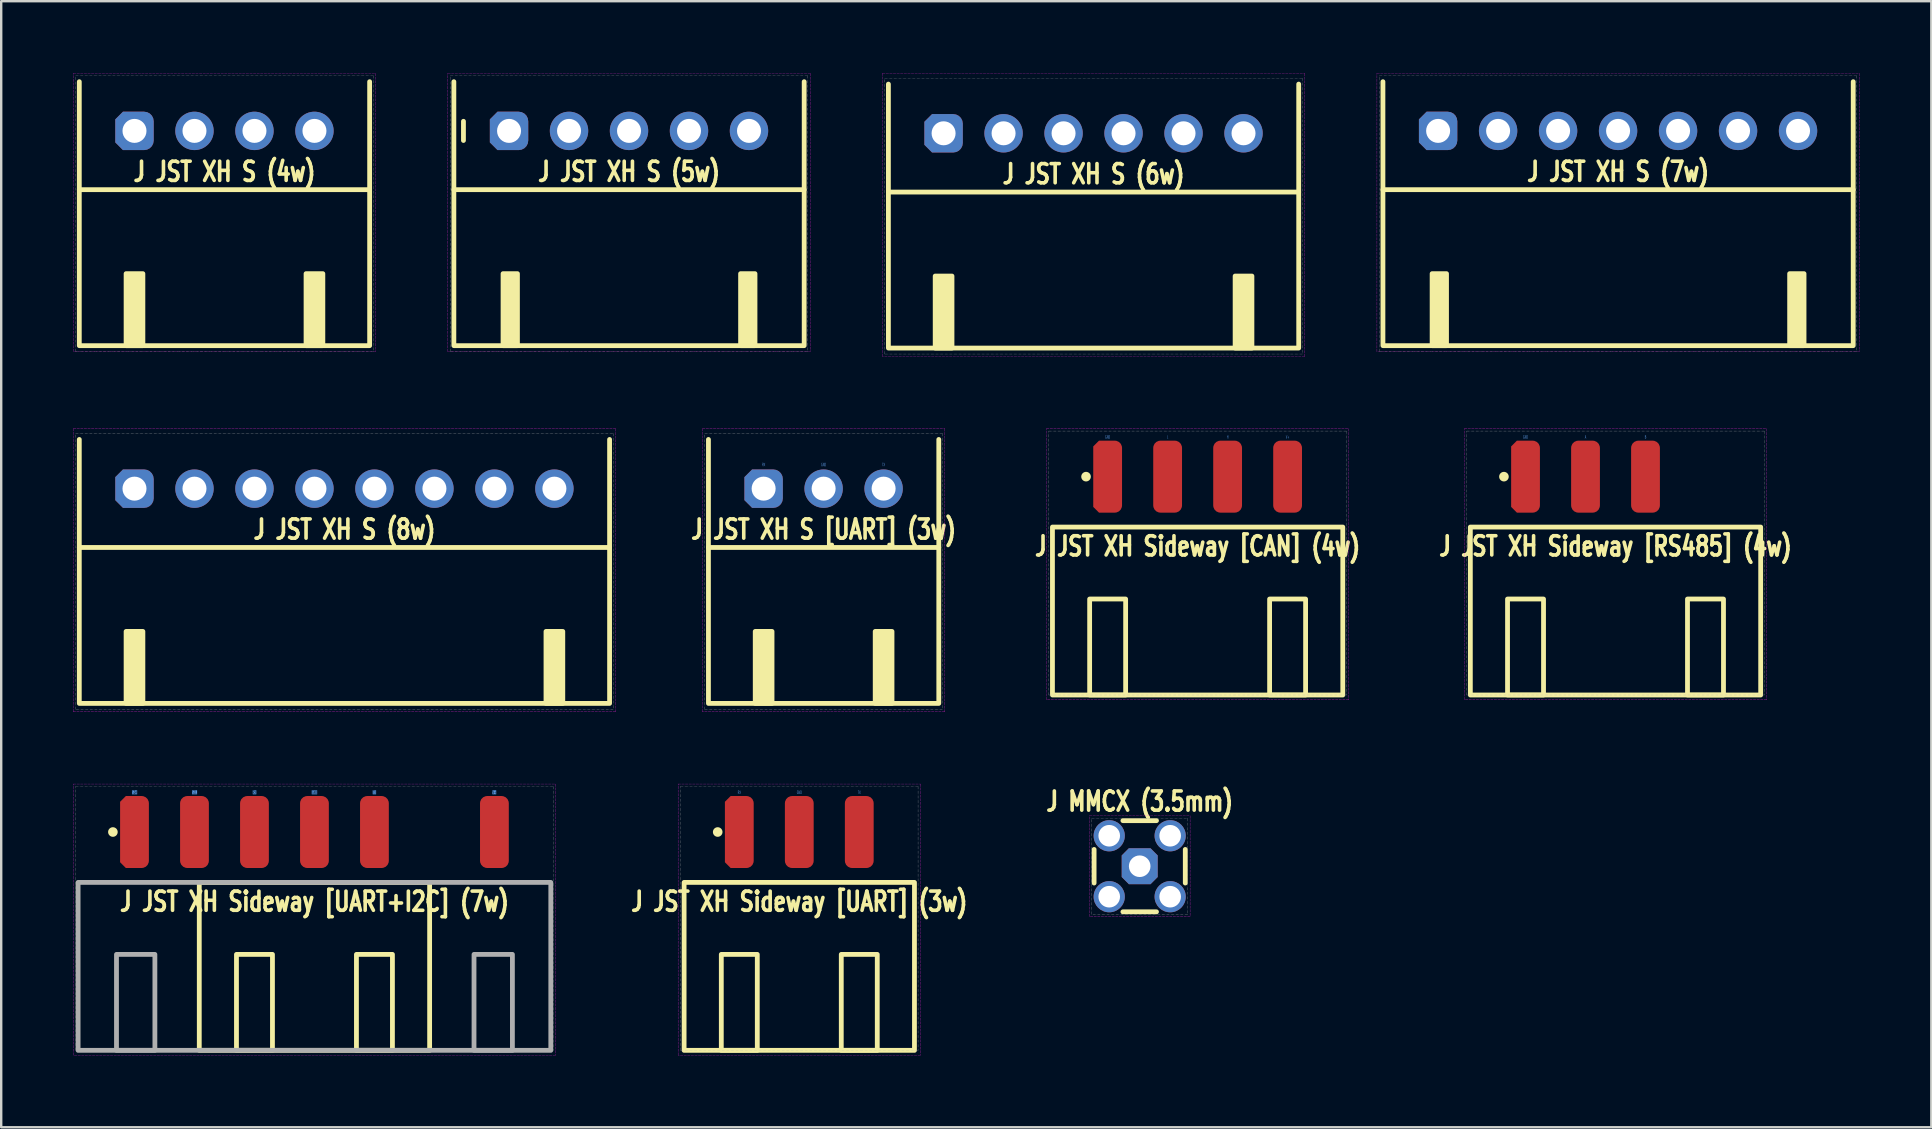
<source format=kicad_pcb>
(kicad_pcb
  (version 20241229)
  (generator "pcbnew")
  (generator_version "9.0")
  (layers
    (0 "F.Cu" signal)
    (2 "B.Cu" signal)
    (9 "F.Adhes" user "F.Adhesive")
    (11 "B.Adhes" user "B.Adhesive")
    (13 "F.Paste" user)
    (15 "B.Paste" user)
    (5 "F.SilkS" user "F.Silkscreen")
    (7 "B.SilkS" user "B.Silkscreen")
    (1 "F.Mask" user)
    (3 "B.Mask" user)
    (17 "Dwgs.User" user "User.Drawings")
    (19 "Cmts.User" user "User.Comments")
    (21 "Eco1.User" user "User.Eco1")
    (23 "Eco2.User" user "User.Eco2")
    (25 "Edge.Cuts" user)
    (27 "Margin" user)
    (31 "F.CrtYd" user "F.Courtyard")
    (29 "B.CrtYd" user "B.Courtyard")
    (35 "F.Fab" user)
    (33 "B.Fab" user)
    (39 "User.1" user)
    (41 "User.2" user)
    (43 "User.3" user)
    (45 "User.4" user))
  (footprint "J JST XH S (8w)"
    (layer "F.Cu")
    (at 11.305 17.315)
    (property "Reference" "J JST XH S (8w)" (at 0 1.7 0) (unlocked yes) (layer "F.SilkS") (effects (font (size 0.8 0.6) (thickness 0.15) (bold yes))))
    (attr through_hole)
    (fp_line (start -11.05 -2.05) (end -11.05 2.45) (stroke (width 0.2) (type default)) (layer "F.SilkS"))
    (fp_line (start 11.05 -2.05) (end 11.05 2.45) (stroke (width 0.2) (type default)) (layer "F.SilkS"))
    (fp_rect (start -11.05 2.45) (end 11.05 8.95) (stroke (width 0.2) (type default)) (fill no) (layer "F.SilkS"))
    (fp_rect (start -9.1 5.95) (end -8.4 8.95) (stroke (width 0.2) (type solid)) (fill yes) (layer "F.SilkS"))
    (fp_rect (start 9.1 5.95) (end 8.4 8.95) (stroke (width 0.2) (type solid)) (fill yes) (layer "F.SilkS"))
    (fp_rect (start -11.3 -2.5) (end 11.3 9.3) (stroke (width 0.01) (type dash)) (fill no) (layer "F.CrtYd"))
    (fp_rect (start -11.2 -2.3) (end 11.2 9.2) (stroke (width 0.01) (type dash_dot)) (fill no) (layer "F.Fab"))
    (pad "1" thru_hole roundrect (at -8.75 0) (size 1.6 1.6) (drill 1) (layers "*.Cu" "B.Mask") (roundrect_rratio 0.25) (chamfer_ratio 0.2) (chamfer top_left bottom_left))
    (pad "2" thru_hole circle (at -6.25 0) (size 1.6 1.6) (drill 1) (layers "*.Cu" "B.Mask"))
    (pad "3" thru_hole circle (at -3.75 0) (size 1.6 1.6) (drill 1) (layers "*.Cu" "B.Mask"))
    (pad "4" thru_hole circle (at -1.25 0) (size 1.6 1.6) (drill 1) (layers "*.Cu" "B.Mask"))
    (pad "5" thru_hole circle (at 1.25 0) (size 1.6 1.6) (drill 1) (layers "*.Cu" "B.Mask"))
    (pad "6" thru_hole circle (at 3.75 0) (size 1.6 1.6) (drill 1) (layers "*.Cu" "B.Mask"))
    (pad "7" thru_hole circle (at 6.25 0) (size 1.6 1.6) (drill 1) (layers "*.Cu" "B.Mask"))
    (pad "8" thru_hole circle (at 8.75 0) (size 1.6 1.6) (drill 1) (layers "*.Cu" "B.Mask")))
  (footprint "J MMCX (3.5mm)"
    (layer "F.Cu")
    (at 44.448 33.051)
    (property "Reference" "J MMCX (3.5mm)" (at 0 -2.7 0) (unlocked yes) (layer "F.SilkS") (effects (font (size 0.8 0.6) (thickness 0.15))))
    (attr through_hole)
    (fp_line (start -1.9 -0.7) (end -1.9 0.7) (stroke (width 0.2) (type default)) (layer "F.SilkS"))
    (fp_line (start -0.7 -1.9) (end 0.7 -1.9) (stroke (width 0.2) (type default)) (layer "F.SilkS"))
    (fp_line (start -0.7 1.9) (end 0.7 1.9) (stroke (width 0.2) (type default)) (layer "F.SilkS"))
    (fp_line (start 1.9 -0.7) (end 1.9 0.7) (stroke (width 0.2) (type default)) (layer "F.SilkS"))
    (fp_rect (start -2.1 -2.1) (end 2.1 2.1) (stroke (width 0.01) (type dash)) (fill no) (layer "F.CrtYd"))
    (fp_rect (start -2 -2) (end 2 2) (stroke (width 0.01) (type dash_dot)) (fill no) (layer "F.Fab"))
    (pad "1" thru_hole roundrect (at 0 0) (size 1.5 1.5) (drill 0.9) (property pad_prop_testpoint) (layers "*.Cu" "*.Mask") (roundrect_rratio 0.25) (chamfer_ratio 0.2) (chamfer top_left top_right bottom_left bottom_right))
    (pad "2" thru_hole circle (at -1.27 -1.27) (size 1.3 1.3) (drill 0.9) (property pad_prop_testpoint) (layers "*.Cu" "*.Mask"))
    (pad "2" thru_hole circle (at -1.27 1.27) (size 1.3 1.3) (drill 0.9) (property pad_prop_testpoint) (layers "*.Cu" "*.Mask"))
    (pad "2" thru_hole circle (at 1.27 -1.27) (size 1.3 1.3) (drill 0.9) (property pad_prop_testpoint) (layers "*.Cu" "*.Mask"))
    (pad "2" thru_hole circle (at 1.27 1.27) (size 1.3 1.3) (drill 0.9) (property pad_prop_testpoint) (layers "*.Cu" "*.Mask")))
  (footprint "J JST XH Sideway [RS485] (4w)"
    (layer "F.Cu")
    (at 64.278 16.815)
    (property "Reference" "J JST XH Sideway [RS485] (4w)" (at 0 2.9 0) (unlocked yes) (layer "F.SilkS") (effects (font (size 0.8 0.6) (thickness 0.15) (bold yes))))
    (attr through_hole)
    (fp_rect (start -6.05 2.1) (end 6.05 9.1) (stroke (width 0.2) (type default)) (fill no) (layer "F.SilkS"))
    (fp_rect (start -4.5 5.1) (end -3 9.1) (stroke (width 0.2) (type default)) (fill no) (layer "F.SilkS"))
    (fp_rect (start 4.5 5.1) (end 3 9.1) (stroke (width 0.2) (type default)) (fill no) (layer "F.SilkS"))
    (fp_circle (center -4.65 0) (end -4.5 0) (stroke (width 0.1) (type solid)) (fill yes) (layer "F.SilkS"))
    (fp_rect (start -6.3 -2) (end 6.3 9.3) (stroke (width 0.01) (type dash)) (fill no) (layer "F.CrtYd"))
    (fp_rect (start -6.2 -1.9) (end 6.2 9.1) (stroke (width 0.01) (type dash_dot)) (fill no) (layer "F.Fab"))
    (fp_text user "GND" (at -3.75 -1.65 0) (layer "Cmts.User") (effects (font (size 0.13 0.07) (thickness 0.01) (bold yes))))
    (fp_text user "B" (at 1.25 -1.65 0) (layer "Cmts.User") (effects (font (size 0.13 0.07) (thickness 0.01) (bold yes))))
    (fp_text user "A" (at -1.25 -1.65 0) (layer "Cmts.User") (effects (font (size 0.13 0.07) (thickness 0.01) (bold yes))))
    (pad "1" smd roundrect (at -3.75 0) (size 1.2 3) (layers "F.Cu" "F.Mask" "F.Paste") (roundrect_rratio 0.25) (chamfer_ratio 0.2) (chamfer top_left bottom_left))
    (pad "2" smd roundrect (at -1.25 0) (size 1.2 3) (layers "F.Cu" "F.Mask" "F.Paste") (roundrect_rratio 0.25))
    (pad "3" smd roundrect (at 1.25 0) (size 1.2 3) (layers "F.Cu" "F.Mask" "F.Paste") (roundrect_rratio 0.25)))
  (footprint "J JST XH S [UART] (3w)"
    (layer "F.Cu")
    (at 31.275 17.315)
    (property "Reference" "J JST XH S [UART] (3w)" (at 0 1.7 0) (unlocked yes) (layer "F.SilkS") (effects (font (size 0.8 0.6) (thickness 0.15) (bold yes))))
    (attr through_hole)
    (fp_line (start -4.8 -2.05) (end -4.8 2.45) (stroke (width 0.2) (type default)) (layer "F.SilkS"))
    (fp_line (start 4.8 -2.05) (end 4.8 2.45) (stroke (width 0.2) (type default)) (layer "F.SilkS"))
    (fp_rect (start -4.8 2.45) (end 4.8 8.95) (stroke (width 0.2) (type default)) (fill no) (layer "F.SilkS"))
    (fp_rect (start -2.85 5.95) (end -2.15 8.95) (stroke (width 0.2) (type solid)) (fill yes) (layer "F.SilkS"))
    (fp_rect (start 2.85 5.95) (end 2.15 8.95) (stroke (width 0.2) (type solid)) (fill yes) (layer "F.SilkS"))
    (fp_rect (start -5.05 -2.5) (end 5.05 9.3) (stroke (width 0.01) (type dash)) (fill no) (layer "F.CrtYd"))
    (fp_rect (start -4.95 -2.3) (end 4.95 9.2) (stroke (width 0.01) (type dash_dot)) (fill no) (layer "F.Fab"))
    (fp_text user "GND" (at 0 -1 0) (layer "Cmts.User") (effects (font (size 0.13 0.07) (thickness 0.01) (bold yes))))
    (fp_text user "TX" (at 2.5 -1 0) (layer "Cmts.User") (effects (font (size 0.13 0.07) (thickness 0.01) (bold yes))))
    (fp_text user "RX" (at -2.5 -1 0) (layer "Cmts.User") (effects (font (size 0.13 0.07) (thickness 0.01) (bold yes))))
    (pad "1" thru_hole roundrect (at -2.5 0) (size 1.6 1.6) (drill 1) (layers "*.Cu" "B.Mask") (roundrect_rratio 0.25) (chamfer_ratio 0.2) (chamfer top_left bottom_left))
    (pad "2" thru_hole circle (at 0 0) (size 1.6 1.6) (drill 1) (layers "*.Cu" "B.Mask"))
    (pad "3" thru_hole circle (at 2.5 0) (size 1.6 1.6) (drill 1) (layers "*.Cu" "B.Mask")))
  (footprint "J JST XH S (5w)"
    (layer "F.Cu")
    (at 23.165 2.405)
    (property "Reference" "J JST XH S (5w)" (at 0 1.7 0) (layer "F.SilkS") (effects (font (size 0.8 0.6) (thickness 0.15) (bold yes))))
    (attr through_hole)
    (fp_line (start -7.3 -2.05) (end -7.3 2.45) (stroke (width 0.2) (type default)) (layer "F.SilkS"))
    (fp_line (start -6.9 -0.4) (end -6.9 0.4) (stroke (width 0.2) (type default)) (layer "F.SilkS"))
    (fp_line (start 7.3 -2.05) (end 7.3 2.45) (stroke (width 0.2) (type default)) (layer "F.SilkS"))
    (fp_rect (start -7.3 2.45) (end 7.3 8.95) (stroke (width 0.2) (type default)) (fill no) (layer "F.SilkS"))
    (fp_rect (start -5.25 5.95) (end -4.65 8.95) (stroke (width 0.2) (type solid)) (fill yes) (layer "F.SilkS"))
    (fp_rect (start 5.25 5.95) (end 4.65 8.95) (stroke (width 0.2) (type solid)) (fill yes) (layer "F.SilkS"))
    (fp_rect (start -7.55 -2.4) (end 7.55 9.2) (stroke (width 0.01) (type dash)) (fill no) (layer "F.CrtYd"))
    (fp_rect (start -7.45 -2.3) (end 7.45 9.2) (stroke (width 0.01) (type dash_dot)) (fill no) (layer "F.Fab"))
    (pad "1" thru_hole roundrect (at -5 0) (size 1.6 1.6) (drill 1) (layers "*.Cu" "*.Mask") (roundrect_rratio 0.25) (chamfer_ratio 0.2) (chamfer top_left bottom_left))
    (pad "2" thru_hole circle (at -2.5 0) (size 1.6 1.6) (drill 1) (layers "*.Cu" "*.Mask"))
    (pad "3" thru_hole circle (at 0 0) (size 1.6 1.6) (drill 1) (layers "*.Cu" "*.Mask"))
    (pad "4" thru_hole circle (at 2.5 0) (size 1.6 1.6) (drill 1) (layers "*.Cu" "*.Mask"))
    (pad "5" thru_hole circle (at 5 0) (size 1.6 1.6) (drill 1) (layers "*.Cu" "*.Mask")))
  (footprint "J JST XH Sideway [UART] (3w)"
    (layer "F.Cu")
    (at 30.261 31.625)
    (property "Reference" "J JST XH Sideway [UART] (3w)" (at 0 2.9 0) (unlocked yes) (layer "F.SilkS") (effects (font (size 0.8 0.6) (thickness 0.15) (bold yes))))
    (attr through_hole)
    (fp_rect (start -4.8 2.1) (end 4.8 9.1) (stroke (width 0.2) (type default)) (fill no) (layer "F.SilkS"))
    (fp_rect (start -3.25 5.1) (end -1.75 9.1) (stroke (width 0.2) (type default)) (fill no) (layer "F.SilkS"))
    (fp_rect (start 3.25 5.1) (end 1.75 9.1) (stroke (width 0.2) (type default)) (fill no) (layer "F.SilkS"))
    (fp_circle (center -3.4 0) (end -3.25 0) (stroke (width 0.1) (type solid)) (fill yes) (layer "F.SilkS"))
    (fp_rect (start -5.05 -2) (end 5.05 9.3) (stroke (width 0.01) (type dash)) (fill no) (layer "F.CrtYd"))
    (fp_rect (start -4.95 -1.9) (end 4.95 9.1) (stroke (width 0.01) (type dash_dot)) (fill no) (layer "F.Fab"))
    (fp_text user "GND" (at 0 -1.65 0) (layer "Cmts.User") (effects (font (size 0.13 0.07) (thickness 0.01) (bold yes))))
    (fp_text user "RX" (at -2.5 -1.65 0) (layer "Cmts.User") (effects (font (size 0.13 0.07) (thickness 0.01) (bold yes))))
    (fp_text user "TX" (at 2.5 -1.65 0) (layer "Cmts.User") (effects (font (size 0.13 0.07) (thickness 0.01) (bold yes))))
    (pad "1" smd roundrect (at -2.5 0) (size 1.2 3) (layers "F.Cu" "F.Mask" "F.Paste") (roundrect_rratio 0.25) (chamfer_ratio 0.2) (chamfer top_left bottom_left))
    (pad "2" smd roundrect (at 0 0) (size 1.2 3) (layers "F.Cu" "F.Mask" "F.Paste") (roundrect_rratio 0.25))
    (pad "3" smd roundrect (at 2.5 0) (size 1.2 3) (layers "F.Cu" "F.Mask" "F.Paste") (roundrect_rratio 0.25)))
  (footprint "J JST XH S (6w)"
    (layer "F.Cu")
    (at 42.525 2.505)
    (property "Reference" "J JST XH S (6w)" (at 0 1.7 0) (unlocked yes) (layer "F.SilkS") (effects (font (size 0.8 0.6) (thickness 0.15) (bold yes))))
    (attr through_hole)
    (fp_line (start -8.55 -2.05) (end -8.55 2.45) (stroke (width 0.2) (type default)) (layer "F.SilkS"))
    (fp_line (start 8.55 -2.05) (end 8.55 2.45) (stroke (width 0.2) (type default)) (layer "F.SilkS"))
    (fp_rect (start -8.55 2.45) (end 8.55 8.95) (stroke (width 0.2) (type default)) (fill no) (layer "F.SilkS"))
    (fp_rect (start -6.6 5.95) (end -5.9 8.95) (stroke (width 0.2) (type solid)) (fill yes) (layer "F.SilkS"))
    (fp_rect (start 6.6 5.95) (end 5.9 8.95) (stroke (width 0.2) (type solid)) (fill yes) (layer "F.SilkS"))
    (fp_rect (start -8.8 -2.5) (end 8.8 9.3) (stroke (width 0.01) (type dash)) (fill no) (layer "F.CrtYd"))
    (fp_rect (start -8.7 -2.3) (end 8.7 9.2) (stroke (width 0.01) (type dash_dot)) (fill no) (layer "F.Fab"))
    (pad "1" thru_hole roundrect (at -6.25 0) (size 1.6 1.6) (drill 1) (layers "*.Cu" "B.Mask") (roundrect_rratio 0.25) (chamfer_ratio 0.2) (chamfer top_left bottom_left))
    (pad "2" thru_hole circle (at -3.75 0) (size 1.6 1.6) (drill 1) (layers "*.Cu" "B.Mask"))
    (pad "3" thru_hole circle (at -1.25 0) (size 1.6 1.6) (drill 1) (layers "*.Cu" "B.Mask"))
    (pad "4" thru_hole circle (at 1.25 0) (size 1.6 1.6) (drill 1) (layers "*.Cu" "B.Mask"))
    (pad "5" thru_hole circle (at 3.75 0) (size 1.6 1.6) (drill 1) (layers "*.Cu" "B.Mask"))
    (pad "6" thru_hole circle (at 6.25 0) (size 1.6 1.6) (drill 1) (layers "*.Cu" "B.Mask")))
  (footprint "J JST XH Sideway [UART+I2C] (7w)"
    (layer "F.Cu")
    (at 10.055 31.625)
    (property "Reference" "J JST XH Sideway [UART+I2C] (7w)" (at 0 2.9 0) (layer "F.SilkS") (effects (font (size 0.8 0.6) (thickness 0.15) (bold yes))))
    (attr through_hole)
    (fp_rect (start -4.8 2.1) (end 4.8 9.1) (stroke (width 0.2) (type default)) (fill no) (layer "F.SilkS"))
    (fp_rect (start -3.25 5.1) (end -1.75 9.1) (stroke (width 0.2) (type default)) (fill no) (layer "F.SilkS"))
    (fp_rect (start 3.25 5.1) (end 1.75 9.1) (stroke (width 0.2) (type default)) (fill no) (layer "F.SilkS"))
    (fp_circle (center -8.4 0) (end -8.25 0) (stroke (width 0.1) (type solid)) (fill yes) (layer "F.SilkS"))
    (fp_rect (start -10.05 -2) (end 10.05 9.3) (stroke (width 0.01) (type dash)) (fill no) (layer "F.CrtYd"))
    (fp_rect (start -9.95 -1.9) (end 9.95 9.1) (stroke (width 0.01) (type dash_dot)) (fill no) (layer "F.Fab"))
    (fp_rect (start -9.85 2.1) (end 9.85 9.1) (stroke (width 0.2) (type default)) (fill no) (layer "F.Fab"))
    (fp_rect (start -8.25 5.1) (end -6.65 9.1) (stroke (width 0.2) (type default)) (fill no) (layer "F.Fab"))
    (fp_rect (start 8.25 5.1) (end 6.65 9.1) (stroke (width 0.2) (type default)) (fill no) (layer "F.Fab"))
    (fp_text user "V+" (at 7.5 -1.65 0) (layer "Cmts.User" knockout) (effects (font (size 0.13 0.07) (thickness 0.01) (bold yes))))
    (fp_text user "TX" (at 2.5 -1.65 0) (layer "Cmts.User" knockout) (effects (font (size 0.13 0.07) (thickness 0.01) (bold yes))))
    (fp_text user "GND" (at 0 -1.65 0) (layer "Cmts.User" knockout) (effects (font (size 0.13 0.07) (thickness 0.01) (bold yes))))
    (fp_text user "SDA" (at -7.5 -1.65 0) (layer "Cmts.User" knockout) (effects (font (size 0.13 0.07) (thickness 0.01) (bold yes))))
    (fp_text user "RX" (at -2.5 -1.65 0) (layer "Cmts.User" knockout) (effects (font (size 0.13 0.07) (thickness 0.01) (bold yes))))
    (fp_text user "SCL" (at -5 -1.65 0) (layer "Cmts.User" knockout) (effects (font (size 0.13 0.07) (thickness 0.01) (bold yes))))
    (pad "1" smd roundrect (at -7.5 0) (size 1.2 3) (layers "F.Cu" "F.Mask" "F.Paste") (roundrect_rratio 0.25) (chamfer_ratio 0.2) (chamfer top_left bottom_left))
    (pad "2" smd roundrect (at -5 0) (size 1.2 3) (layers "F.Cu" "F.Mask" "F.Paste") (roundrect_rratio 0.25))
    (pad "3" smd roundrect (at -2.5 0) (size 1.2 3) (layers "F.Cu" "F.Mask" "F.Paste") (roundrect_rratio 0.25))
    (pad "4" smd roundrect (at 0 0) (size 1.2 3) (layers "F.Cu" "F.Mask" "F.Paste") (roundrect_rratio 0.25))
    (pad "5" smd roundrect (at 2.5 0) (size 1.2 3) (layers "F.Cu" "F.Mask" "F.Paste") (roundrect_rratio 0.25))
    (pad "7" smd roundrect (at 7.5 0) (size 1.2 3) (layers "F.Cu" "F.Mask" "F.Paste") (roundrect_rratio 0.25)))
  (footprint "J JST XH S (7w)"
    (layer "F.Cu")
    (at 64.385 2.405)
    (property "Reference" "J JST XH S (7w)" (at 0 1.7 0) (layer "F.SilkS") (effects (font (size 0.8 0.6) (thickness 0.15) (bold yes))))
    (attr through_hole)
    (fp_line (start -9.8 -2.05) (end -9.8 2.45) (stroke (width 0.2) (type default)) (layer "F.SilkS"))
    (fp_line (start 9.8 -2.05) (end 9.8 2.45) (stroke (width 0.2) (type default)) (layer "F.SilkS"))
    (fp_rect (start -9.8 2.45) (end 9.8 8.95) (stroke (width 0.2) (type default)) (fill no) (layer "F.SilkS"))
    (fp_rect (start -7.75 5.95) (end -7.15 8.95) (stroke (width 0.2) (type solid)) (fill yes) (layer "F.SilkS"))
    (fp_rect (start 7.75 5.95) (end 7.15 8.95) (stroke (width 0.2) (type solid)) (fill yes) (layer "F.SilkS"))
    (fp_rect (start -10.05 -2.4) (end 10.05 9.2) (stroke (width 0.01) (type dash)) (fill no) (layer "F.CrtYd"))
    (fp_rect (start -9.95 -2.3) (end 9.95 9.2) (stroke (width 0.01) (type dash_dot)) (fill no) (layer "F.Fab"))
    (pad "1" thru_hole roundrect (at -7.5 0) (size 1.6 1.6) (drill 1) (layers "*.Cu" "B.Mask") (roundrect_rratio 0.25) (chamfer_ratio 0.2) (chamfer top_left bottom_left))
    (pad "2" thru_hole circle (at -5 0) (size 1.6 1.6) (drill 1) (layers "*.Cu" "B.Mask"))
    (pad "3" thru_hole circle (at -2.5 0) (size 1.6 1.6) (drill 1) (layers "*.Cu" "B.Mask"))
    (pad "4" thru_hole circle (at 0 0) (size 1.6 1.6) (drill 1) (layers "*.Cu" "B.Mask"))
    (pad "5" thru_hole circle (at 2.5 0) (size 1.6 1.6) (drill 1) (layers "*.Cu" "B.Mask"))
    (pad "6" thru_hole circle (at 5 0) (size 1.6 1.6) (drill 1) (layers "*.Cu" "B.Mask"))
    (pad "7" thru_hole circle (at 7.5 0) (size 1.6 1.6) (drill 1) (layers "*.Cu" "B.Mask")))
  (footprint "J JST XH S (4w)"
    (layer "F.Cu")
    (at 6.305 2.405)
    (property "Reference" "J JST XH S (4w)" (at 0 1.7 0) (unlocked yes) (layer "F.SilkS") (effects (font (size 0.8 0.6) (thickness 0.15) (bold yes))))
    (attr through_hole)
    (fp_line (start -6.05 -2.05) (end -6.05 2.45) (stroke (width 0.2) (type default)) (layer "F.SilkS"))
    (fp_line (start 6.05 -2.05) (end 6.05 2.45) (stroke (width 0.2) (type default)) (layer "F.SilkS"))
    (fp_rect (start -6.05 2.45) (end 6.05 8.95) (stroke (width 0.2) (type default)) (fill no) (layer "F.SilkS"))
    (fp_rect (start -4.1 5.95) (end -3.4 8.95) (stroke (width 0.2) (type solid)) (fill yes) (layer "F.SilkS"))
    (fp_rect (start 4.1 5.95) (end 3.4 8.95) (stroke (width 0.2) (type solid)) (fill yes) (layer "F.SilkS"))
    (fp_rect (start -6.3 -2.4) (end 6.3 9.2) (stroke (width 0.01) (type dash)) (fill no) (layer "F.CrtYd"))
    (fp_rect (start -6.2 -2.3) (end 6.2 9.2) (stroke (width 0.01) (type dash_dot)) (fill no) (layer "F.Fab"))
    (pad "1" thru_hole roundrect (at -3.75 0) (size 1.6 1.6) (drill 1) (layers "*.Cu" "B.Mask") (roundrect_rratio 0.25) (chamfer_ratio 0.2) (chamfer top_left bottom_left))
    (pad "2" thru_hole circle (at -1.25 0) (size 1.6 1.6) (drill 1) (layers "*.Cu" "B.Mask"))
    (pad "3" thru_hole circle (at 1.25 0) (size 1.6 1.6) (drill 1) (layers "*.Cu" "B.Mask"))
    (pad "4" thru_hole circle (at 3.75 0) (size 1.6 1.6) (drill 1) (layers "*.Cu" "B.Mask")))
  (footprint "J JST XH Sideway [CAN] (4w)"
    (layer "F.Cu")
    (at 46.862 16.815)
    (property "Reference" "J JST XH Sideway [CAN] (4w)" (at 0 2.9 0) (unlocked yes) (layer "F.SilkS") (effects (font (size 0.8 0.6) (thickness 0.15) (bold yes))))
    (attr through_hole)
    (fp_rect (start -6.05 2.1) (end 6.05 9.1) (stroke (width 0.2) (type default)) (fill no) (layer "F.SilkS"))
    (fp_rect (start -4.5 5.1) (end -3 9.1) (stroke (width 0.2) (type default)) (fill no) (layer "F.SilkS"))
    (fp_rect (start 4.5 5.1) (end 3 9.1) (stroke (width 0.2) (type default)) (fill no) (layer "F.SilkS"))
    (fp_circle (center -4.65 0) (end -4.5 0) (stroke (width 0.1) (type solid)) (fill yes) (layer "F.SilkS"))
    (fp_rect (start -6.3 -2) (end 6.3 9.3) (stroke (width 0.01) (type dash)) (fill no) (layer "F.CrtYd"))
    (fp_rect (start -6.2 -1.9) (end 6.2 9.1) (stroke (width 0.01) (type dash_dot)) (fill no) (layer "F.Fab"))
    (fp_text user "H" (at 1.25 -1.65 0) (layer "Cmts.User") (effects (font (size 0.13 0.07) (thickness 0.01) (bold yes))))
    (fp_text user "V+" (at 3.75 -1.65 0) (layer "Cmts.User") (effects (font (size 0.13 0.07) (thickness 0.01) (bold yes))))
    (fp_text user "L" (at -1.25 -1.65 0) (layer "Cmts.User") (effects (font (size 0.13 0.07) (thickness 0.01) (bold yes))))
    (fp_text user "GND" (at -3.75 -1.65 0) (layer "Cmts.User") (effects (font (size 0.13 0.07) (thickness 0.01) (bold yes))))
    (pad "1" smd roundrect (at -3.75 0) (size 1.2 3) (layers "F.Cu" "F.Mask" "F.Paste") (roundrect_rratio 0.25) (chamfer_ratio 0.2) (chamfer top_left bottom_left))
    (pad "2" smd roundrect (at -1.25 0) (size 1.2 3) (layers "F.Cu" "F.Mask" "F.Paste") (roundrect_rratio 0.25))
    (pad "3" smd roundrect (at 1.25 0) (size 1.2 3) (layers "F.Cu" "F.Mask" "F.Paste") (roundrect_rratio 0.25))
    (pad "4" smd roundrect (at 3.75 0) (size 1.2 3) (layers "F.Cu" "F.Mask" "F.Paste") (roundrect_rratio 0.25)))
  (gr_rect
    (start -3 -3)
    (end 77.44 43.93)
    (stroke (width 0.1) (type default))
    (fill no)
    (layer "Edge.Cuts")))
</source>
